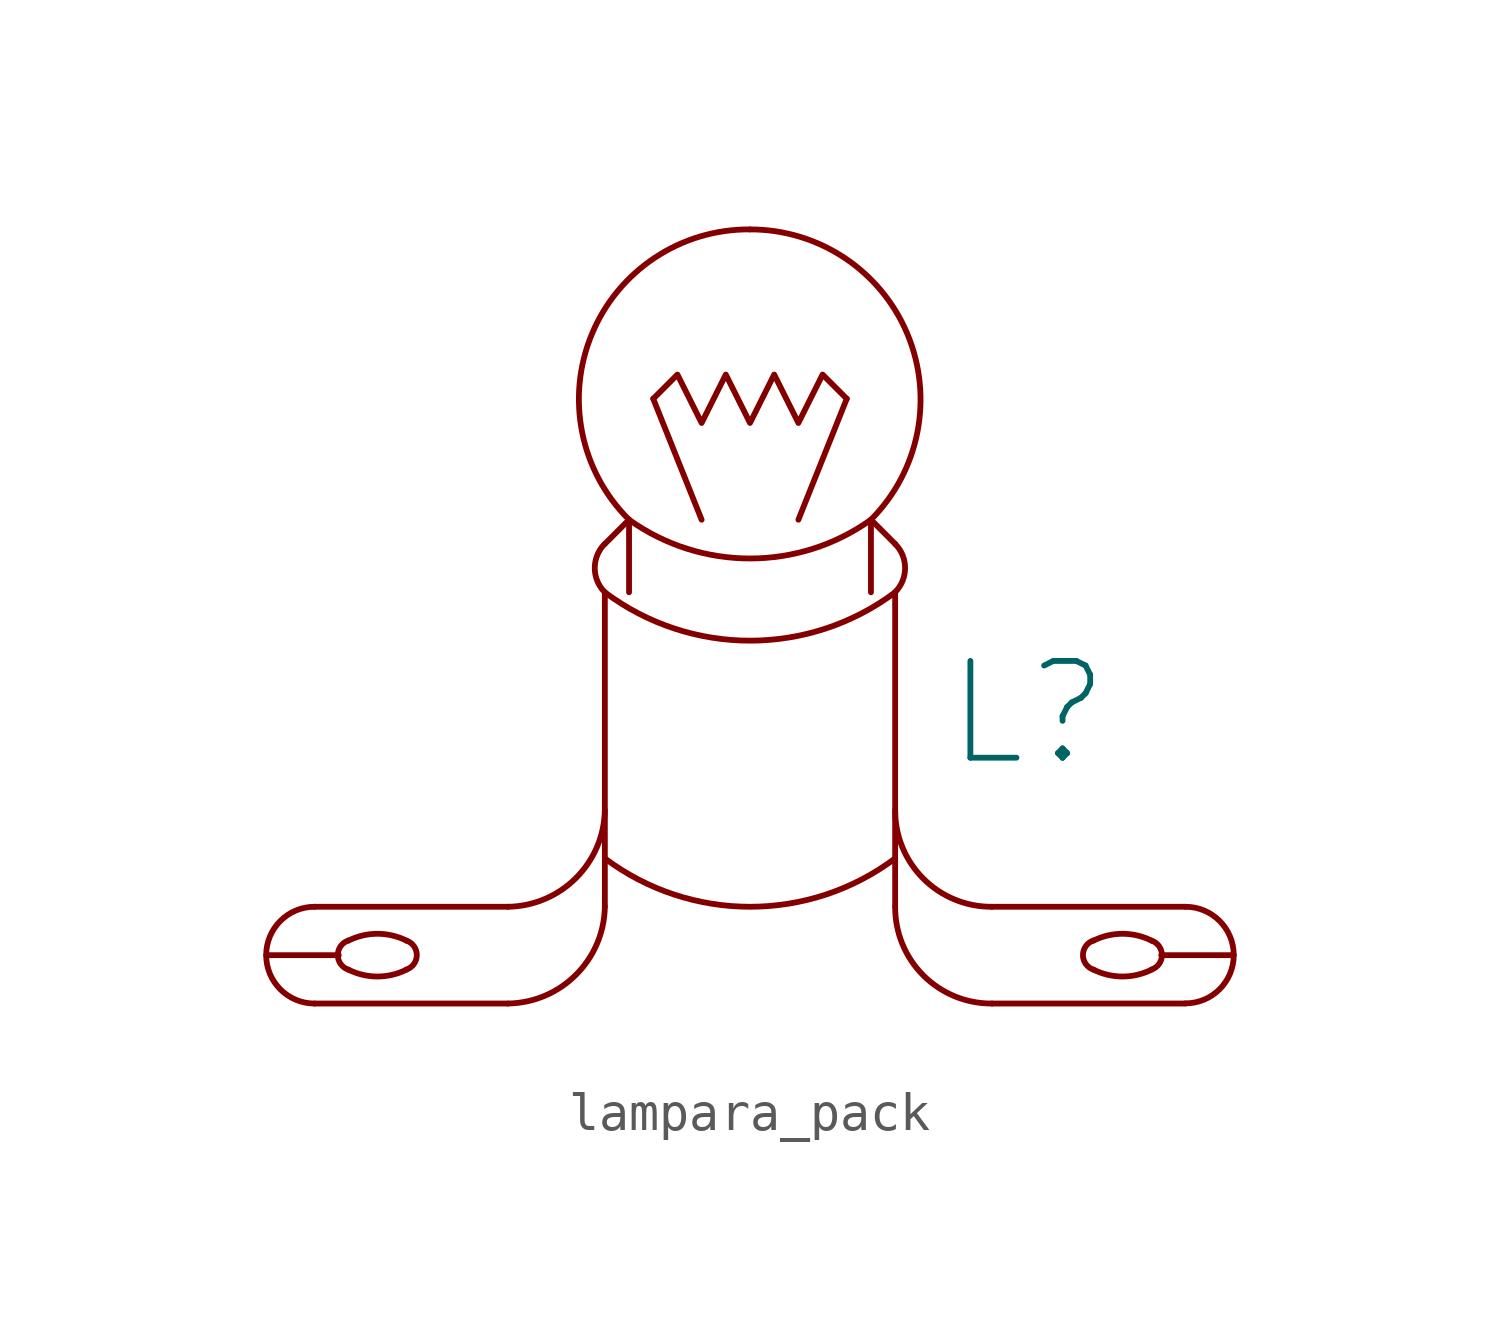
<source format=kicad_sym>
(kicad_symbol_lib
  (version 20220914)
  (generator kicad_symbol_editor)
  (symbol "lampara_pack"
    (pin_names
      (offset 1.016))
    (property "Reference" "L"
      (at 17.78 6.35 0)
      (effects (font (size 2.54 2.54)) (justify left)))
    (symbol "lampara_pack_0_1"
      (polyline (pts (xy 1.27 -1.27) (xy 6.35 -1.27)) (stroke (width 0) (type default)) (fill (type none)))
      (polyline (pts (xy 6.35 1.27) (xy 1.27 1.27)) (stroke (width 0) (type default)) (fill (type none)))
      (polyline (pts (xy 8.89 1.27) (xy 8.89 9.525)) (stroke (width 0) (type default)) (fill (type none)))
      (polyline (pts (xy 8.89 10.795) (xy 9.525 11.43)) (stroke (width 0) (type default)) (fill (type none)))
      (polyline (pts (xy 9.525 11.43) (xy 9.525 9.525)) (stroke (width 0) (type default)) (fill (type none)))
      (polyline (pts (xy 11.43 11.43) (xy 10.16 14.605)) (stroke (width 0) (type default)) (fill (type none)))
      (polyline (pts (xy 13.97 11.43) (xy 15.24 14.605)) (stroke (width 0) (type default)) (fill (type none)))
      (polyline (pts (xy 15.875 11.43) (xy 15.875 9.525)) (stroke (width 0) (type default)) (fill (type none)))
      (polyline (pts (xy 16.51 1.27) (xy 16.51 9.525)) (stroke (width 0) (type default)) (fill (type none)))
      (polyline (pts (xy 16.51 10.795) (xy 15.875 11.43)) (stroke (width 0) (type default)) (fill (type none)))
      (polyline (pts (xy 19.05 1.27) (xy 24.13 1.27)) (stroke (width 0) (type default)) (fill (type none)))
      (polyline (pts (xy 24.13 -1.27) (xy 19.05 -1.27)) (stroke (width 0) (type default)) (fill (type none)))
      (polyline (pts (xy 10.16 14.605) (xy 10.795 15.24) (xy 11.43 13.97) (xy 12.065 15.24) (xy 12.7 13.97) (xy 13.335 15.24) (xy 13.97 13.97) (xy 14.605 15.24) (xy 15.24 14.605)) (stroke (width 0) (type default)) (fill (type none)))
      (arc (start 1.27 1.27) (mid 0.0055 0) (end 1.27 -1.27) (stroke (width 0) (type default)) (fill (type none)))
      (arc (start 2.159 -0.381) (mid 2.921 -0.5609) (end 3.683 -0.381) (stroke (width 0) (type default)) (fill (type none)))
      (arc (start 2.159 0.381) (mid 1.8844 0) (end 2.159 -0.381) (stroke (width 0) (type default)) (fill (type none)))
      (arc (start 3.683 -0.381) (mid 3.9576 0) (end 3.683 0.381) (stroke (width 0) (type default)) (fill (type none)))
      (arc (start 3.683 0.381) (mid 2.921 0.5609) (end 2.159 0.381) (stroke (width 0) (type default)) (fill (type none)))
      (arc (start 6.35 -1.27) (mid 8.1297 -0.5171) (end 8.89 1.27) (stroke (width 0) (type default)) (fill (type none)))
      (arc (start 6.35 1.27) (mid 8.1297 2.0229) (end 8.89 3.81) (stroke (width 0) (type default)) (fill (type none)))
      (arc (start 8.89 2.54) (mid 12.7 1.27) (end 16.51 2.54) (stroke (width 0) (type default)) (fill (type none)))
      (arc (start 8.89 9.525) (mid 12.7 8.255) (end 16.51 9.525) (stroke (width 0) (type default)) (fill (type none)))
      (arc (start 8.89 10.795) (mid 8.627 10.16) (end 8.89 9.525) (stroke (width 0) (type default)) (fill (type none)))
      (arc (start 9.525 11.43) (mid 12.7 10.4125) (end 15.875 11.43) (stroke (width 0) (type default)) (fill (type none)))
      (arc (start 12.7 19.05) (mid 8.5493 16.3021) (end 9.525 11.43) (stroke (width 0) (type default)) (fill (type none)))
      (arc (start 15.875 11.43) (mid 16.8357 16.2958) (end 12.7 19.05) (stroke (width 0) (type default)) (fill (type none)))
      (arc (start 16.51 1.27) (mid 17.2523 -0.5349) (end 19.05 -1.27) (stroke (width 0) (type default)) (fill (type none)))
      (arc (start 16.51 3.81) (mid 17.2523 2.0051) (end 19.05 1.27) (stroke (width 0) (type default)) (fill (type none)))
      (arc (start 16.51 9.525) (mid 16.773 10.16) (end 16.51 10.795) (stroke (width 0) (type default)) (fill (type none)))
      (arc (start 21.717 -0.381) (mid 22.479 -0.5609) (end 23.241 -0.381) (stroke (width 0) (type default)) (fill (type none)))
      (arc (start 21.717 0.381) (mid 21.4424 0) (end 21.717 -0.381) (stroke (width 0) (type default)) (fill (type none)))
      (arc (start 23.241 -0.381) (mid 23.5156 0) (end 23.241 0.381) (stroke (width 0) (type default)) (fill (type none)))
      (arc (start 23.241 0.381) (mid 22.479 0.5609) (end 21.717 0.381) (stroke (width 0) (type default)) (fill (type none)))
      (arc (start 24.13 -1.27) (mid 25.3945 0) (end 24.13 1.27) (stroke (width 0) (type default)) (fill (type none))))
    (symbol "lampara_pack_1_1"
      (pin input line (at 0 0 0) (length 1.905) (name "" (effects (font (size 1.27 1.27)))) (number "" (effects (font (size 1.143 1.143)))))
      (pin input line (at 25.4 0 180) (length 1.905) (name "" (effects (font (size 1.27 1.27)))) (number "" (effects (font (size 1.143 1.143))))))))
</source>
